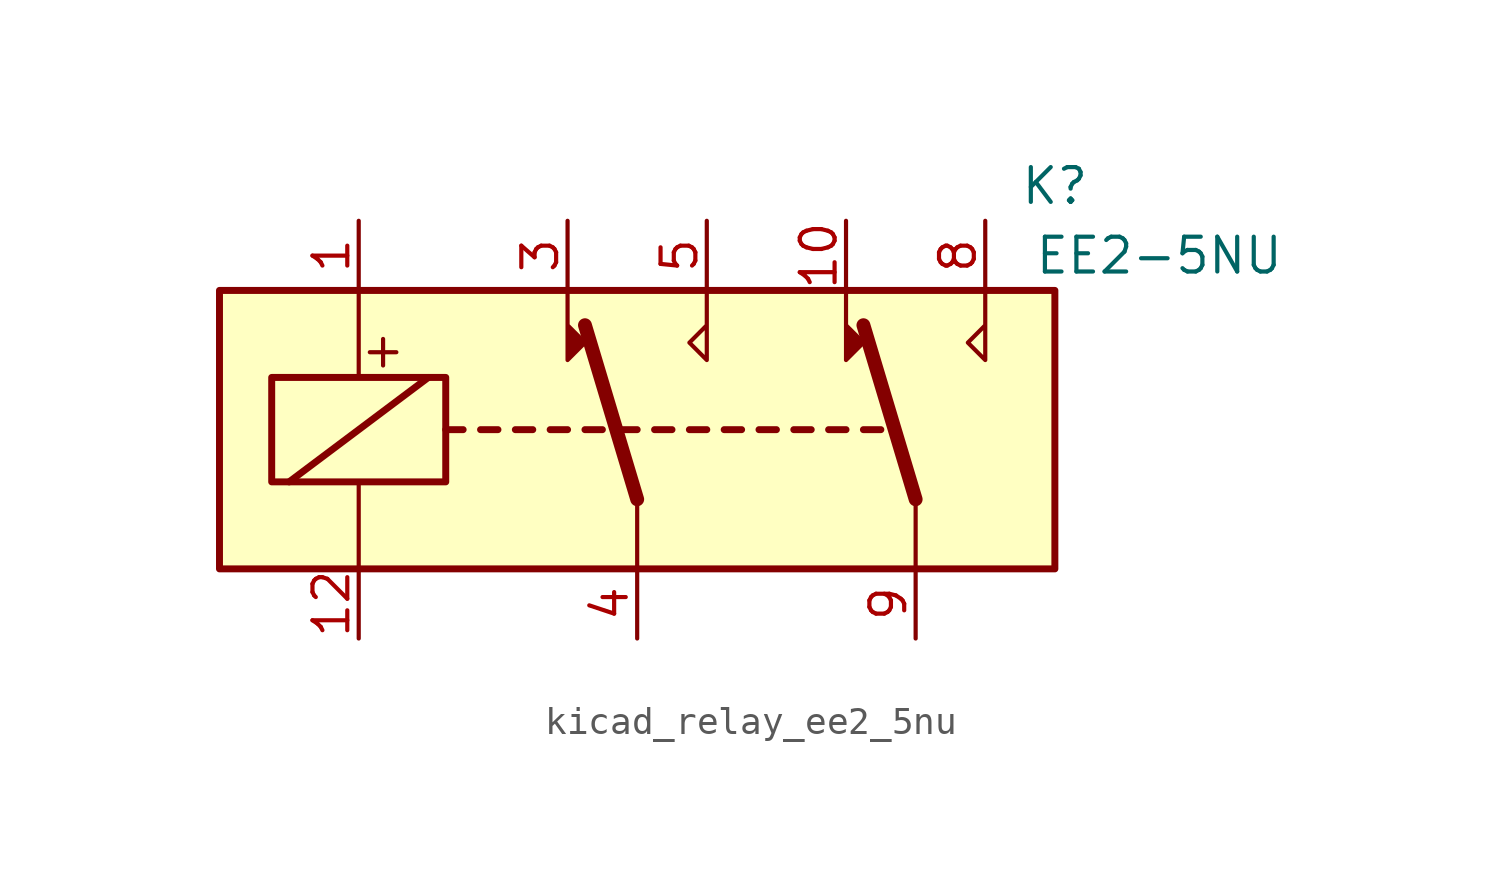
<source format=kicad_sym>
(kicad_symbol_lib
  (version 20220914)
  (generator kicad_symbol_editor)
  (symbol "kicad_relay_ee2_5nu"
    (property "Reference" "K"
      (at 15.24 8.89 0)
      (effects (font (size 1.27 1.27))))
    (property "Value" "EE2-5NU"
      (at 19.05 6.35 0)
      (effects (font (size 1.27 1.27))))
    (symbol "kicad_relay_ee2_5nu_1_1"
      (rectangle (start -15.24 5.08) (end 15.24 -5.08) (stroke (width 0.254) (type default)) (fill (type background)))
      (rectangle (start -13.335 1.905) (end -6.985 -1.905) (stroke (width 0.254) (type default)) (fill (type none)))
      (polyline (pts (xy -12.7 -1.905) (xy -7.62 1.905)) (stroke (width 0.254) (type default)) (fill (type none)))
      (polyline (pts (xy -10.16 -5.08) (xy -10.16 -1.905)) (stroke (width 0) (type default)) (fill (type none)))
      (polyline (pts (xy -10.16 5.08) (xy -10.16 1.905)) (stroke (width 0) (type default)) (fill (type none)))
      (polyline (pts (xy -6.985 0) (xy -6.35 0)) (stroke (width 0.254) (type default)) (fill (type none)))
      (polyline (pts (xy -5.715 0) (xy -5.08 0)) (stroke (width 0.254) (type default)) (fill (type none)))
      (polyline (pts (xy -4.445 0) (xy -3.81 0)) (stroke (width 0.254) (type default)) (fill (type none)))
      (polyline (pts (xy -3.175 0) (xy -2.54 0)) (stroke (width 0.254) (type default)) (fill (type none)))
      (polyline (pts (xy -1.905 0) (xy -1.27 0)) (stroke (width 0.254) (type default)) (fill (type none)))
      (polyline (pts (xy -0.635 0) (xy 0 0)) (stroke (width 0.254) (type default)) (fill (type none)))
      (polyline (pts (xy 0 -2.54) (xy -1.905 3.81)) (stroke (width 0.508) (type default)) (fill (type none)))
      (polyline (pts (xy 0 -2.54) (xy 0 -5.08)) (stroke (width 0) (type default)) (fill (type none)))
      (polyline (pts (xy 0.635 0) (xy 1.27 0)) (stroke (width 0.254) (type default)) (fill (type none)))
      (polyline (pts (xy 1.905 0) (xy 2.54 0)) (stroke (width 0.254) (type default)) (fill (type none)))
      (polyline (pts (xy 3.175 0) (xy 3.81 0)) (stroke (width 0.254) (type default)) (fill (type none)))
      (polyline (pts (xy 4.445 0) (xy 5.08 0)) (stroke (width 0.254) (type default)) (fill (type none)))
      (polyline (pts (xy 5.715 0) (xy 6.35 0)) (stroke (width 0.254) (type default)) (fill (type none)))
      (polyline (pts (xy 6.985 0) (xy 7.62 0)) (stroke (width 0.254) (type default)) (fill (type none)))
      (polyline (pts (xy 8.255 0) (xy 8.89 0)) (stroke (width 0.254) (type default)) (fill (type none)))
      (polyline (pts (xy 10.16 -2.54) (xy 8.255 3.81)) (stroke (width 0.508) (type default)) (fill (type none)))
      (polyline (pts (xy 10.16 -2.54) (xy 10.16 -5.08)) (stroke (width 0) (type default)) (fill (type none)))
      (polyline (pts (xy -2.54 5.08) (xy -2.54 2.54) (xy -1.905 3.175) (xy -2.54 3.81)) (stroke (width 0) (type default)) (fill (type outline)))
      (polyline (pts (xy 2.54 5.08) (xy 2.54 2.54) (xy 1.905 3.175) (xy 2.54 3.81)) (stroke (width 0) (type default)) (fill (type none)))
      (polyline (pts (xy 7.62 5.08) (xy 7.62 2.54) (xy 8.255 3.175) (xy 7.62 3.81)) (stroke (width 0) (type default)) (fill (type outline)))
      (polyline (pts (xy 12.7 5.08) (xy 12.7 2.54) (xy 12.065 3.175) (xy 12.7 3.81)) (stroke (width 0) (type default)) (fill (type none)))
      (text "+" (at -9.271 2.921 0) (effects (font (size 1.27 1.27))))
      (pin passive line (at -10.16 7.62 270) (length 2.54) (name "~" (effects (font (size 1.27 1.27)))) (number "1" (effects (font (size 1.27 1.27)))))
      (pin passive line (at 7.62 7.62 270) (length 2.54) (name "~" (effects (font (size 1.27 1.27)))) (number "10" (effects (font (size 1.27 1.27)))))
      (pin passive line (at -10.16 -7.62 90) (length 2.54) (name "~" (effects (font (size 1.27 1.27)))) (number "12" (effects (font (size 1.27 1.27)))))
      (pin passive line (at -2.54 7.62 270) (length 2.54) (name "~" (effects (font (size 1.27 1.27)))) (number "3" (effects (font (size 1.27 1.27)))))
      (pin passive line (at 0 -7.62 90) (length 2.54) (name "~" (effects (font (size 1.27 1.27)))) (number "4" (effects (font (size 1.27 1.27)))))
      (pin passive line (at 2.54 7.62 270) (length 2.54) (name "~" (effects (font (size 1.27 1.27)))) (number "5" (effects (font (size 1.27 1.27)))))
      (pin passive line (at 12.7 7.62 270) (length 2.54) (name "~" (effects (font (size 1.27 1.27)))) (number "8" (effects (font (size 1.27 1.27)))))
      (pin passive line (at 10.16 -7.62 90) (length 2.54) (name "~" (effects (font (size 1.27 1.27)))) (number "9" (effects (font (size 1.27 1.27))))))))
</source>
